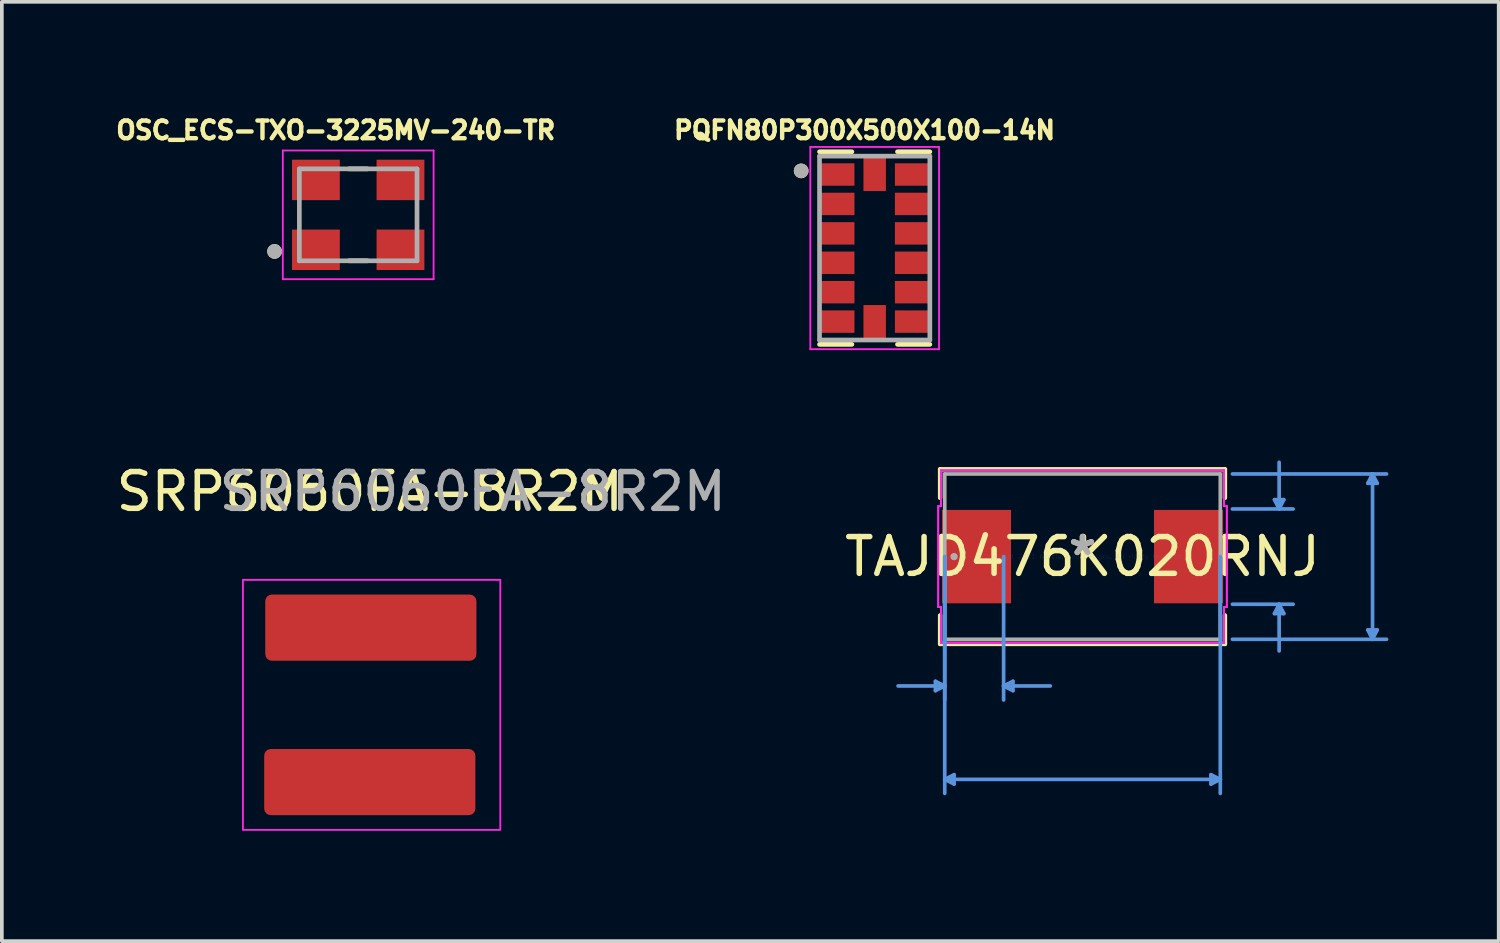
<source format=kicad_pcb>
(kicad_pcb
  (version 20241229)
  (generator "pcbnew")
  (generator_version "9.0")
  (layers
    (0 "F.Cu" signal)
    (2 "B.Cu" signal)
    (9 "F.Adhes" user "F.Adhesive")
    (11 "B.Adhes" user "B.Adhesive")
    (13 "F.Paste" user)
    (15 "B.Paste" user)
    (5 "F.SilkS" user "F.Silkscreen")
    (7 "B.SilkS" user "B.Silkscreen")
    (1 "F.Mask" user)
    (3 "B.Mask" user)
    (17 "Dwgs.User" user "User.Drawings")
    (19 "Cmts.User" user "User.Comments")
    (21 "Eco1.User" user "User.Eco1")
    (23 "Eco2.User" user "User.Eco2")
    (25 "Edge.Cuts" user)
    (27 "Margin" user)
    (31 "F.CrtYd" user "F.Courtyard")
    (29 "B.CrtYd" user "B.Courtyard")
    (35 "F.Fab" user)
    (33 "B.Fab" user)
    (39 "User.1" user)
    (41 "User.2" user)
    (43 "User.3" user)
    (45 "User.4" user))
  (footprint "PQFN80P300X500X100-14N"
    (layer "F.Cu")
    (at 20.737 3.696)
    (property "Reference" "PQFN80P300X500X100-14N" (at -0.276 -3.205 0) (layer "F.SilkS") (effects (font (size 0.48 0.48) (thickness 0.15))))
    (attr through_hole)
    (fp_line (start -1.5 -2.619) (end -0.62 -2.619) (stroke (width 0.127) (type solid)) (layer "F.SilkS"))
    (fp_line (start -1.5 2.619) (end -0.62 2.619) (stroke (width 0.127) (type solid)) (layer "F.SilkS"))
    (fp_line (start 0.62 -2.619) (end 1.5 -2.619) (stroke (width 0.127) (type solid)) (layer "F.SilkS"))
    (fp_line (start 0.62 2.619) (end 1.5 2.619) (stroke (width 0.127) (type solid)) (layer "F.SilkS"))
    (fp_circle (center -2 -2.1) (end -1.9 -2.1) (stroke (width 0.2) (type solid)) (fill no) (layer "F.SilkS"))
    (fp_line (start -1.75 -2.75) (end 1.75 -2.75) (stroke (width 0.05) (type solid)) (layer "F.CrtYd"))
    (fp_line (start -1.75 2.75) (end -1.75 -2.75) (stroke (width 0.05) (type solid)) (layer "F.CrtYd"))
    (fp_line (start 1.75 -2.75) (end 1.75 2.75) (stroke (width 0.05) (type solid)) (layer "F.CrtYd"))
    (fp_line (start 1.75 2.75) (end -1.75 2.75) (stroke (width 0.05) (type solid)) (layer "F.CrtYd"))
    (fp_line (start -1.5 -2.5) (end 1.5 -2.5) (stroke (width 0.127) (type solid)) (layer "F.Fab"))
    (fp_line (start -1.5 2.5) (end -1.5 -2.5) (stroke (width 0.127) (type solid)) (layer "F.Fab"))
    (fp_line (start 1.5 -2.5) (end 1.5 2.5) (stroke (width 0.127) (type solid)) (layer "F.Fab"))
    (fp_line (start 1.5 2.5) (end -1.5 2.5) (stroke (width 0.127) (type solid)) (layer "F.Fab"))
    (fp_circle (center -2 -2.1) (end -1.9 -2.1) (stroke (width 0.2) (type solid)) (fill no) (layer "F.Fab"))
    (pad "1" smd rect (at -1.01 -2) (size 0.92 0.61) (layers "F.Cu" "F.Mask" "F.Paste"))
    (pad "2" smd rect (at -1.01 -1.2) (size 0.92 0.61) (layers "F.Cu" "F.Mask" "F.Paste"))
    (pad "3" smd rect (at -1.01 -0.4) (size 0.92 0.61) (layers "F.Cu" "F.Mask" "F.Paste"))
    (pad "4" smd rect (at -1.01 0.4) (size 0.92 0.61) (layers "F.Cu" "F.Mask" "F.Paste"))
    (pad "5" smd rect (at -1.01 1.2) (size 0.92 0.61) (layers "F.Cu" "F.Mask" "F.Paste"))
    (pad "6" smd rect (at -1.01 2) (size 0.92 0.61) (layers "F.Cu" "F.Mask" "F.Paste"))
    (pad "7" smd rect (at 0 2.01 90) (size 0.92 0.61) (layers "F.Cu" "F.Mask" "F.Paste"))
    (pad "8" smd rect (at 1.01 2 180) (size 0.92 0.61) (layers "F.Cu" "F.Mask" "F.Paste"))
    (pad "9" smd rect (at 1.01 1.2 180) (size 0.92 0.61) (layers "F.Cu" "F.Mask" "F.Paste"))
    (pad "10" smd rect (at 1.01 0.4 180) (size 0.92 0.61) (layers "F.Cu" "F.Mask" "F.Paste"))
    (pad "11" smd rect (at 1.01 -0.4 180) (size 0.92 0.61) (layers "F.Cu" "F.Mask" "F.Paste"))
    (pad "12" smd rect (at 1.01 -1.2 180) (size 0.92 0.61) (layers "F.Cu" "F.Mask" "F.Paste"))
    (pad "13" smd rect (at 1.01 -2 180) (size 0.92 0.61) (layers "F.Cu" "F.Mask" "F.Paste"))
    (pad "14" smd rect (at 0 -2.01 90) (size 0.92 0.61) (layers "F.Cu" "F.Mask" "F.Paste")))
  (footprint "TAJD476K020RNJ"
    (layer "F.Cu")
    (at 26.389 12.087)
    (property "Reference" "TAJD476K020RNJ" (at 0 0 0) (layer "F.SilkS") (effects (font (size 1 1) (thickness 0.15))))
    (attr through_hole)
    (fp_line (start -3.873 -2.375) (end -3.873 -1.599) (stroke (width 0.12) (type solid)) (layer "F.SilkS"))
    (fp_line (start -3.873 1.599) (end -3.873 2.375) (stroke (width 0.12) (type solid)) (layer "F.SilkS"))
    (fp_line (start -3.873 2.375) (end 3.873 2.375) (stroke (width 0.12) (type solid)) (layer "F.SilkS"))
    (fp_line (start 3.873 -2.375) (end -3.873 -2.375) (stroke (width 0.12) (type solid)) (layer "F.SilkS"))
    (fp_line (start 3.873 -1.599) (end 3.873 -2.375) (stroke (width 0.12) (type solid)) (layer "F.SilkS"))
    (fp_line (start 3.873 2.375) (end 3.873 1.599) (stroke (width 0.12) (type solid)) (layer "F.SilkS"))
    (fp_line (start -4 3.391) (end -4 3.645) (stroke (width 0.1) (type solid)) (layer "Cmts.User"))
    (fp_line (start -3.747 0) (end -3.747 3.899) (stroke (width 0.1) (type solid)) (layer "Cmts.User"))
    (fp_line (start -3.747 0) (end -3.747 6.439) (stroke (width 0.1) (type solid)) (layer "Cmts.User"))
    (fp_line (start -3.747 3.518) (end -5.016 3.518) (stroke (width 0.1) (type solid)) (layer "Cmts.User"))
    (fp_line (start -3.747 3.518) (end -4 3.391) (stroke (width 0.1) (type solid)) (layer "Cmts.User"))
    (fp_line (start -3.747 3.518) (end -4 3.645) (stroke (width 0.1) (type solid)) (layer "Cmts.User"))
    (fp_line (start -3.747 6.058) (end -3.493 5.931) (stroke (width 0.1) (type solid)) (layer "Cmts.User"))
    (fp_line (start -3.747 6.058) (end -3.493 6.185) (stroke (width 0.1) (type solid)) (layer "Cmts.User"))
    (fp_line (start -3.747 6.058) (end 3.747 6.058) (stroke (width 0.1) (type solid)) (layer "Cmts.User"))
    (fp_line (start -3.493 5.931) (end -3.493 6.185) (stroke (width 0.1) (type solid)) (layer "Cmts.User"))
    (fp_line (start -2.146 0) (end -2.146 3.899) (stroke (width 0.1) (type solid)) (layer "Cmts.User"))
    (fp_line (start -2.146 3.518) (end -1.892 3.391) (stroke (width 0.1) (type solid)) (layer "Cmts.User"))
    (fp_line (start -2.146 3.518) (end -1.892 3.645) (stroke (width 0.1) (type solid)) (layer "Cmts.User"))
    (fp_line (start -2.146 3.518) (end -0.876 3.518) (stroke (width 0.1) (type solid)) (layer "Cmts.User"))
    (fp_line (start -1.892 3.391) (end -1.892 3.645) (stroke (width 0.1) (type solid)) (layer "Cmts.User"))
    (fp_line (start 3.493 5.931) (end 3.493 6.185) (stroke (width 0.1) (type solid)) (layer "Cmts.User"))
    (fp_line (start 3.747 0) (end 3.747 6.439) (stroke (width 0.1) (type solid)) (layer "Cmts.User"))
    (fp_line (start 3.747 6.058) (end 3.493 5.931) (stroke (width 0.1) (type solid)) (layer "Cmts.User"))
    (fp_line (start 3.747 6.058) (end 3.493 6.185) (stroke (width 0.1) (type solid)) (layer "Cmts.User"))
    (fp_line (start 4.077 -2.248) (end 8.268 -2.248) (stroke (width 0.1) (type solid)) (layer "Cmts.User"))
    (fp_line (start 4.077 -1.295) (end 5.728 -1.295) (stroke (width 0.1) (type solid)) (layer "Cmts.User"))
    (fp_line (start 4.077 1.295) (end 5.728 1.295) (stroke (width 0.1) (type solid)) (layer "Cmts.User"))
    (fp_line (start 4.077 2.248) (end 8.268 2.248) (stroke (width 0.1) (type solid)) (layer "Cmts.User"))
    (fp_line (start 5.22 -1.549) (end 5.474 -1.549) (stroke (width 0.1) (type solid)) (layer "Cmts.User"))
    (fp_line (start 5.22 1.549) (end 5.474 1.549) (stroke (width 0.1) (type solid)) (layer "Cmts.User"))
    (fp_line (start 5.347 -1.295) (end 5.22 -1.549) (stroke (width 0.1) (type solid)) (layer "Cmts.User"))
    (fp_line (start 5.347 -1.295) (end 5.347 -2.565) (stroke (width 0.1) (type solid)) (layer "Cmts.User"))
    (fp_line (start 5.347 -1.295) (end 5.474 -1.549) (stroke (width 0.1) (type solid)) (layer "Cmts.User"))
    (fp_line (start 5.347 1.295) (end 5.22 1.549) (stroke (width 0.1) (type solid)) (layer "Cmts.User"))
    (fp_line (start 5.347 1.295) (end 5.347 2.565) (stroke (width 0.1) (type solid)) (layer "Cmts.User"))
    (fp_line (start 5.347 1.295) (end 5.474 1.549) (stroke (width 0.1) (type solid)) (layer "Cmts.User"))
    (fp_line (start 7.76 -1.994) (end 8.014 -1.994) (stroke (width 0.1) (type solid)) (layer "Cmts.User"))
    (fp_line (start 7.76 1.994) (end 8.014 1.994) (stroke (width 0.1) (type solid)) (layer "Cmts.User"))
    (fp_line (start 7.887 -2.248) (end 7.76 -1.994) (stroke (width 0.1) (type solid)) (layer "Cmts.User"))
    (fp_line (start 7.887 -2.248) (end 7.887 2.248) (stroke (width 0.1) (type solid)) (layer "Cmts.User"))
    (fp_line (start 7.887 -2.248) (end 8.014 -1.994) (stroke (width 0.1) (type solid)) (layer "Cmts.User"))
    (fp_line (start 7.887 2.248) (end 7.76 1.994) (stroke (width 0.1) (type solid)) (layer "Cmts.User"))
    (fp_line (start 7.887 2.248) (end 8.014 1.994) (stroke (width 0.1) (type solid)) (layer "Cmts.User"))
    (fp_line (start -3.924 -1.372) (end -3.848 -1.372) (stroke (width 0.05) (type solid)) (layer "F.CrtYd"))
    (fp_line (start -3.924 -1.372) (end -3.848 -1.372) (stroke (width 0.05) (type solid)) (layer "F.CrtYd"))
    (fp_line (start -3.924 1.372) (end -3.924 -1.372) (stroke (width 0.05) (type solid)) (layer "F.CrtYd"))
    (fp_line (start -3.924 1.372) (end -3.924 -1.372) (stroke (width 0.05) (type solid)) (layer "F.CrtYd"))
    (fp_line (start -3.848 -2.349) (end 3.848 -2.349) (stroke (width 0.05) (type solid)) (layer "F.CrtYd"))
    (fp_line (start -3.848 -2.349) (end 3.848 -2.349) (stroke (width 0.05) (type solid)) (layer "F.CrtYd"))
    (fp_line (start -3.848 -1.372) (end -3.848 -2.349) (stroke (width 0.05) (type solid)) (layer "F.CrtYd"))
    (fp_line (start -3.848 -1.372) (end -3.848 -2.349) (stroke (width 0.05) (type solid)) (layer "F.CrtYd"))
    (fp_line (start -3.848 1.372) (end -3.924 1.372) (stroke (width 0.05) (type solid)) (layer "F.CrtYd"))
    (fp_line (start -3.848 1.372) (end -3.924 1.372) (stroke (width 0.05) (type solid)) (layer "F.CrtYd"))
    (fp_line (start -3.848 2.349) (end -3.848 1.372) (stroke (width 0.05) (type solid)) (layer "F.CrtYd"))
    (fp_line (start -3.848 2.349) (end -3.848 1.372) (stroke (width 0.05) (type solid)) (layer "F.CrtYd"))
    (fp_line (start 3.848 -2.349) (end 3.848 -1.372) (stroke (width 0.05) (type solid)) (layer "F.CrtYd"))
    (fp_line (start 3.848 -2.349) (end 3.848 -1.372) (stroke (width 0.05) (type solid)) (layer "F.CrtYd"))
    (fp_line (start 3.848 -1.372) (end 3.924 -1.372) (stroke (width 0.05) (type solid)) (layer "F.CrtYd"))
    (fp_line (start 3.848 -1.372) (end 3.924 -1.372) (stroke (width 0.05) (type solid)) (layer "F.CrtYd"))
    (fp_line (start 3.848 1.372) (end 3.848 2.349) (stroke (width 0.05) (type solid)) (layer "F.CrtYd"))
    (fp_line (start 3.848 1.372) (end 3.848 2.349) (stroke (width 0.05) (type solid)) (layer "F.CrtYd"))
    (fp_line (start 3.848 2.349) (end -3.848 2.349) (stroke (width 0.05) (type solid)) (layer "F.CrtYd"))
    (fp_line (start 3.848 2.349) (end -3.848 2.349) (stroke (width 0.05) (type solid)) (layer "F.CrtYd"))
    (fp_line (start 3.924 -1.372) (end 3.924 1.372) (stroke (width 0.05) (type solid)) (layer "F.CrtYd"))
    (fp_line (start 3.924 -1.372) (end 3.924 1.372) (stroke (width 0.05) (type solid)) (layer "F.CrtYd"))
    (fp_line (start 3.924 1.372) (end 3.848 1.372) (stroke (width 0.05) (type solid)) (layer "F.CrtYd"))
    (fp_line (start 3.924 1.372) (end 3.848 1.372) (stroke (width 0.05) (type solid)) (layer "F.CrtYd"))
    (fp_line (start -3.747 -2.248) (end -3.747 2.248) (stroke (width 0.1) (type solid)) (layer "F.Fab"))
    (fp_line (start -3.747 2.248) (end 3.747 2.248) (stroke (width 0.1) (type solid)) (layer "F.Fab"))
    (fp_line (start 3.747 -2.248) (end -3.747 -2.248) (stroke (width 0.1) (type solid)) (layer "F.Fab"))
    (fp_line (start 3.747 2.248) (end 3.747 -2.248) (stroke (width 0.1) (type solid)) (layer "F.Fab"))
    (fp_circle (center -3.493 0) (end -3.493 0) (stroke (width 0.1) (type solid)) (fill no) (layer "F.Fab"))
    (fp_text user "*" (at 0 0 0) (layer "F.SilkS") (effects (font (size 1 1) (thickness 0.15))))
    (fp_text user "Copyright 2021 Accelerated Designs. All rights reserved." (at 0 0 0) (layer "Cmts.User") (effects (font (size 0.127 0.127) (thickness 0.002))))
    (fp_text user "*" (at 0 0 0) (layer "F.Fab") (effects (font (size 1 1) (thickness 0.15))))
    (pad "1" smd rect (at -2.883 0 90) (size 2.54 1.88) (layers "F.Cu" "F.Mask" "F.Paste"))
    (pad "2" smd rect (at 2.883 0 90) (size 2.54 1.88) (layers "F.Cu" "F.Mask" "F.Paste")))
  (footprint "OSC_ECS-TXO-3225MV-240-TR"
    (layer "F.Cu")
    (at 6.691 2.793)
    (property "Reference" "OSC_ECS-TXO-3225MV-240-TR" (at -0.61 -2.301 0) (layer "F.SilkS") (effects (font (size 0.481 0.481) (thickness 0.15))))
    (attr through_hole)
    (fp_line (start -0.25 -1.25) (end 0.25 -1.25) (stroke (width 0.127) (type solid)) (layer "F.SilkS"))
    (fp_line (start -0.25 1.25) (end 0.25 1.25) (stroke (width 0.127) (type solid)) (layer "F.SilkS"))
    (fp_circle (center -2.275 0.994) (end -2.175 0.994) (stroke (width 0.2) (type solid)) (fill no) (layer "F.SilkS"))
    (fp_line (start -2.05 -1.75) (end 2.05 -1.75) (stroke (width 0.05) (type solid)) (layer "F.CrtYd"))
    (fp_line (start -2.05 1.75) (end -2.05 -1.75) (stroke (width 0.05) (type solid)) (layer "F.CrtYd"))
    (fp_line (start 2.05 -1.75) (end 2.05 1.75) (stroke (width 0.05) (type solid)) (layer "F.CrtYd"))
    (fp_line (start 2.05 1.75) (end -2.05 1.75) (stroke (width 0.05) (type solid)) (layer "F.CrtYd"))
    (fp_line (start -1.6 -1.25) (end 1.6 -1.25) (stroke (width 0.127) (type solid)) (layer "F.Fab"))
    (fp_line (start -1.6 1.25) (end -1.6 -1.25) (stroke (width 0.127) (type solid)) (layer "F.Fab"))
    (fp_line (start 1.6 -1.25) (end 1.6 1.25) (stroke (width 0.127) (type solid)) (layer "F.Fab"))
    (fp_line (start 1.6 1.25) (end -1.6 1.25) (stroke (width 0.127) (type solid)) (layer "F.Fab"))
    (fp_circle (center -2.275 0.994) (end -2.175 0.994) (stroke (width 0.2) (type solid)) (fill no) (layer "F.Fab"))
    (pad "1" smd rect (at -1.15 0.95 90) (size 1.1 1.3) (layers "F.Cu" "F.Mask" "F.Paste"))
    (pad "2" smd rect (at 1.15 0.95 90) (size 1.1 1.3) (layers "F.Cu" "F.Mask" "F.Paste"))
    (pad "3" smd rect (at 1.15 -0.95 90) (size 1.1 1.3) (layers "F.Cu" "F.Mask" "F.Paste"))
    (pad "4" smd rect (at -1.15 -0.95 90) (size 1.1 1.3) (layers "F.Cu" "F.Mask" "F.Paste")))
  (footprint "SRP6060FA-8R2M"
    (layer "F.Cu")
    (at 7.006 16.119)
    (property "Reference" "SRP6060FA-8R2M" (at 0 -5.8 0) (unlocked yes) (layer "F.SilkS") (effects (font (size 1 1) (thickness 0.15))))
    (attr smd)
    (fp_rect (start -3.45 -3.4) (end 3.55 3.4) (stroke (width 0.05) (type solid)) (fill no) (layer "F.CrtYd"))
    (fp_text user "${REFERENCE}" (at 2.8 -5.8 0) (unlocked yes) (layer "F.Fab") (effects (font (size 1 1) (thickness 0.15))))
    (pad "1" smd roundrect (at 0.029 -2.1) (size 5.743 1.8) (layers "F.Cu" "F.Mask" "F.Paste") (roundrect_rratio 0.1))
    (pad "2" smd roundrect (at 0 2.1) (size 5.743 1.8) (layers "F.Cu" "F.Mask" "F.Paste") (roundrect_rratio 0.1)))
  (gr_rect
    (start -3 -3)
    (end 37.707 22.544)
    (stroke (width 0.1) (type default))
    (fill no)
    (layer "Edge.Cuts")))
</source>
